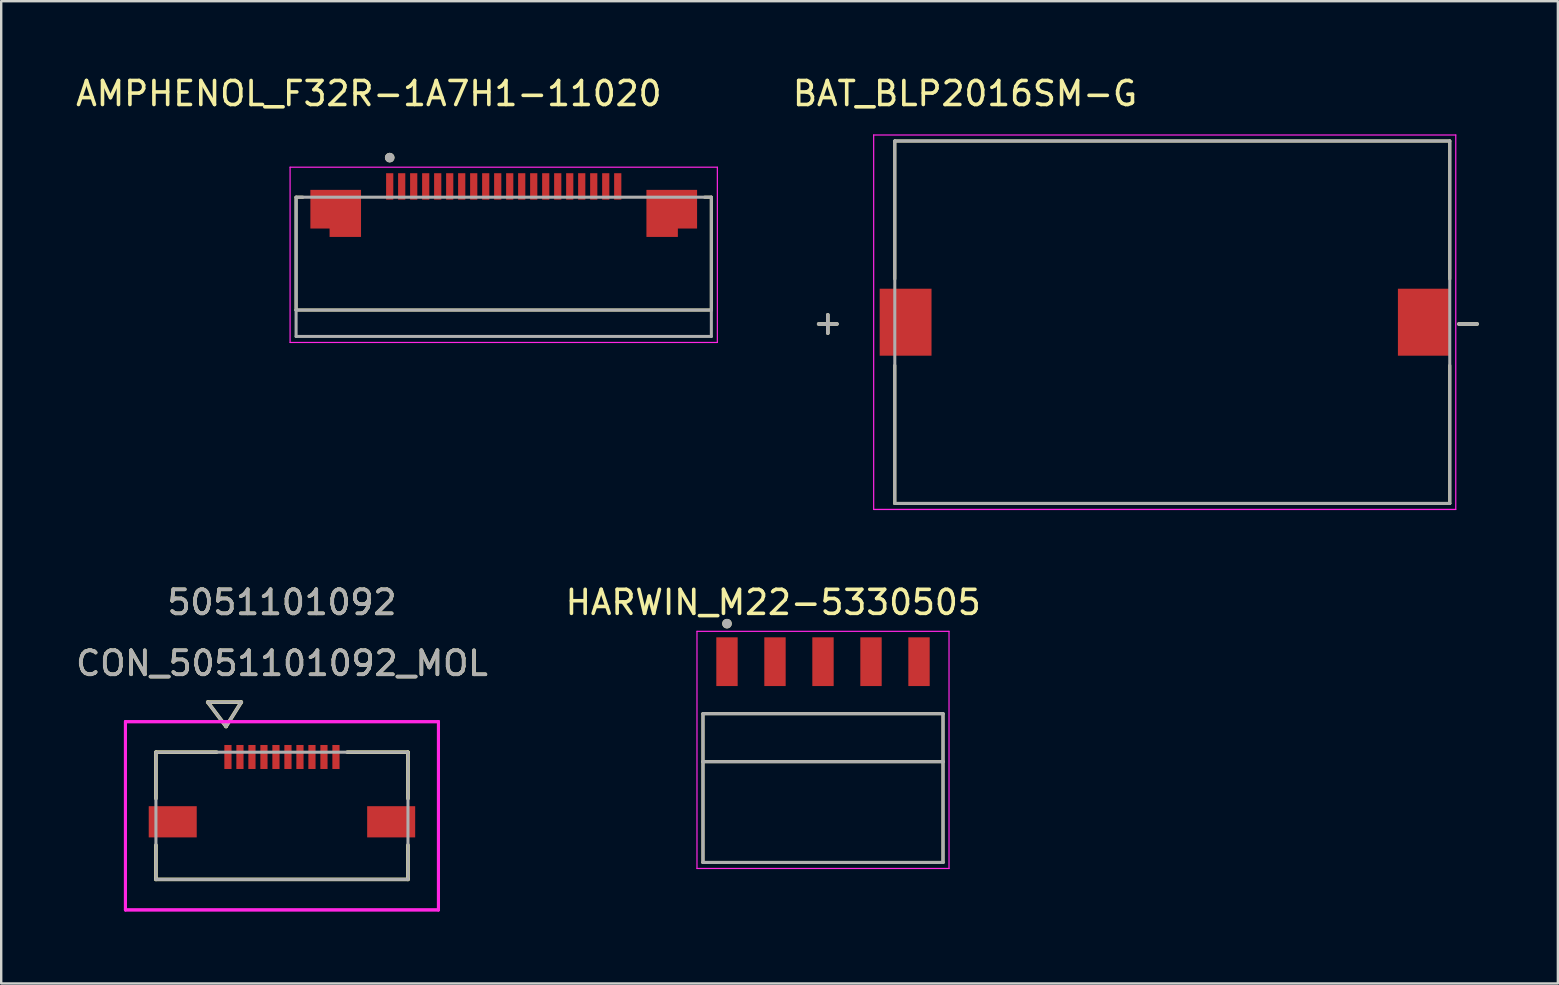
<source format=kicad_pcb>
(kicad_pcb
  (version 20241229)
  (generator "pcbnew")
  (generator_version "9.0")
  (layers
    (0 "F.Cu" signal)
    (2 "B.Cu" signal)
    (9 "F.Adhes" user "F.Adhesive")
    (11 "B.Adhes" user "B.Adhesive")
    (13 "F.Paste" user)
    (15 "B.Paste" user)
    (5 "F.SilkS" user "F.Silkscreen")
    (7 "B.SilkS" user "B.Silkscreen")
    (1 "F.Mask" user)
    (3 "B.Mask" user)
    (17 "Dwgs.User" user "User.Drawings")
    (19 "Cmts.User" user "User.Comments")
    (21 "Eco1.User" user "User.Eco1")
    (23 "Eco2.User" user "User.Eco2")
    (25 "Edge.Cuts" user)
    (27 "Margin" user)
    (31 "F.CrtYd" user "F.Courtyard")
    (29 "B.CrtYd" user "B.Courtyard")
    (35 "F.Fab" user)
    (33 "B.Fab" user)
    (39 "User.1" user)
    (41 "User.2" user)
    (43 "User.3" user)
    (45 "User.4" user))
  (footprint "BAT_BLP2016SM-G"
    (layer "F.Cu")
    (at 46.677 10.373)
    (property "Reference" "BAT_BLP2016SM-G" (at -9.525 -9.525 0) (layer "F.SilkS") (effects (font (size 1 1) (thickness 0.15))))
    (attr smd)
    (fp_line (start -12.45 -7.55) (end 10.67 -7.55) (stroke (width 0.127) (type solid)) (layer "F.SilkS"))
    (fp_line (start -12.45 -1.8) (end -12.45 -7.55) (stroke (width 0.127) (type solid)) (layer "F.SilkS"))
    (fp_line (start -12.45 7.55) (end -12.45 1.8) (stroke (width 0.127) (type solid)) (layer "F.SilkS"))
    (fp_line (start 10.67 -7.55) (end 10.67 -1.8) (stroke (width 0.127) (type solid)) (layer "F.SilkS"))
    (fp_line (start 10.67 1.8) (end 10.67 7.55) (stroke (width 0.127) (type solid)) (layer "F.SilkS"))
    (fp_line (start 10.67 7.55) (end -12.45 7.55) (stroke (width 0.127) (type solid)) (layer "F.SilkS"))
    (fp_line (start -13.33 -7.8) (end 10.92 -7.8) (stroke (width 0.05) (type solid)) (layer "F.CrtYd"))
    (fp_line (start -13.33 7.8) (end -13.33 -7.8) (stroke (width 0.05) (type solid)) (layer "F.CrtYd"))
    (fp_line (start 10.92 -7.8) (end 10.92 7.8) (stroke (width 0.05) (type solid)) (layer "F.CrtYd"))
    (fp_line (start 10.92 7.8) (end -13.33 7.8) (stroke (width 0.05) (type solid)) (layer "F.CrtYd"))
    (fp_line (start -12.45 -7.55) (end -12.45 7.55) (stroke (width 0.127) (type solid)) (layer "F.Fab"))
    (fp_line (start -12.45 7.55) (end 10.67 7.55) (stroke (width 0.127) (type solid)) (layer "F.Fab"))
    (fp_line (start 10.67 -7.55) (end -12.45 -7.55) (stroke (width 0.127) (type solid)) (layer "F.Fab"))
    (fp_line (start 10.67 7.55) (end 10.67 -7.55) (stroke (width 0.127) (type solid)) (layer "F.Fab"))
    (fp_text user "+" (at -15.24 0 0) (layer "F.SilkS") (effects (font (size 1 1) (thickness 0.15))))
    (fp_text user "-" (at 11.43 0 0) (layer "F.SilkS") (effects (font (size 1 1) (thickness 0.15))))
    (fp_text user "-" (at 11.43 0 0) (layer "F.Fab") (effects (font (size 1 1) (thickness 0.15))))
    (fp_text user "+" (at -15.24 0 0) (layer "F.Fab") (effects (font (size 1 1) (thickness 0.15))))
    (pad "1" smd rect (at -12 0) (size 2.16 2.79) (layers "F.Cu" "F.Mask" "F.Paste"))
    (pad "2" smd rect (at 9.59 0) (size 2.16 2.79) (layers "F.Cu" "F.Mask" "F.Paste")))
  (footprint "HARWIN_M22-5330505"
    (layer "F.Cu")
    (at 31.236 27.681)
    (property "Reference" "HARWIN_M22-5330505" (at -2.075 -5.635 0) (layer "F.SilkS") (effects (font (size 1 1) (thickness 0.15))))
    (attr smd)
    (fp_line (start -5 -1) (end 5 -1) (stroke (width 0.127) (type solid)) (layer "F.SilkS"))
    (fp_line (start -5 1) (end -5 -1) (stroke (width 0.127) (type solid)) (layer "F.SilkS"))
    (fp_line (start -5 5.2) (end -5 1) (stroke (width 0.127) (type solid)) (layer "F.SilkS"))
    (fp_line (start 5 -1) (end 5 1) (stroke (width 0.127) (type solid)) (layer "F.SilkS"))
    (fp_line (start 5 1) (end -5 1) (stroke (width 0.127) (type solid)) (layer "F.SilkS"))
    (fp_line (start 5 1) (end 5 5.2) (stroke (width 0.127) (type solid)) (layer "F.SilkS"))
    (fp_line (start 5 5.2) (end -5 5.2) (stroke (width 0.127) (type solid)) (layer "F.SilkS"))
    (fp_circle (center -4 -4.75) (end -3.9 -4.75) (stroke (width 0.2) (type solid)) (fill no) (layer "F.SilkS"))
    (fp_line (start -5.25 -4.43) (end 5.25 -4.43) (stroke (width 0.05) (type solid)) (layer "F.CrtYd"))
    (fp_line (start -5.25 5.45) (end -5.25 -4.43) (stroke (width 0.05) (type solid)) (layer "F.CrtYd"))
    (fp_line (start 5.25 -4.43) (end 5.25 5.45) (stroke (width 0.05) (type solid)) (layer "F.CrtYd"))
    (fp_line (start 5.25 5.45) (end -5.25 5.45) (stroke (width 0.05) (type solid)) (layer "F.CrtYd"))
    (fp_line (start -5 -1) (end 5 -1) (stroke (width 0.127) (type solid)) (layer "F.Fab"))
    (fp_line (start -5 1) (end -5 -1) (stroke (width 0.127) (type solid)) (layer "F.Fab"))
    (fp_line (start -5 5.2) (end -5 1) (stroke (width 0.127) (type solid)) (layer "F.Fab"))
    (fp_line (start 5 -1) (end 5 1) (stroke (width 0.127) (type solid)) (layer "F.Fab"))
    (fp_line (start 5 1) (end -5 1) (stroke (width 0.127) (type solid)) (layer "F.Fab"))
    (fp_line (start 5 1) (end 5 5.2) (stroke (width 0.127) (type solid)) (layer "F.Fab"))
    (fp_line (start 5 5.2) (end -5 5.2) (stroke (width 0.127) (type solid)) (layer "F.Fab"))
    (fp_circle (center -4 -4.75) (end -3.9 -4.75) (stroke (width 0.2) (type solid)) (fill no) (layer "F.Fab"))
    (pad "1" smd rect (at -4 -3.165) (size 0.89 2.03) (layers "F.Cu" "F.Mask" "F.Paste"))
    (pad "2" smd rect (at -2 -3.165) (size 0.89 2.03) (layers "F.Cu" "F.Mask" "F.Paste"))
    (pad "3" smd rect (at 0 -3.165) (size 0.89 2.03) (layers "F.Cu" "F.Mask" "F.Paste"))
    (pad "4" smd rect (at 2 -3.165) (size 0.89 2.03) (layers "F.Cu" "F.Mask" "F.Paste"))
    (pad "5" smd rect (at 4 -3.165) (size 0.89 2.03) (layers "F.Cu" "F.Mask" "F.Paste")))
  (footprint "CON_5051101092_MOL"
    (layer "F.Cu")
    (at 8.696 30.936)
    (property "Reference" "CON_5051101092_MOL" (at 0 -6.35 0) (unlocked yes) (layer "F.SilkS") (effects (font (size 1 1) (thickness 0.15))))
    (attr smd)
    (fp_line (start -5.25 -2.65) (end -5.25 -0.72) (stroke (width 0.152) (type solid)) (layer "F.SilkS"))
    (fp_line (start -5.25 1.22) (end -5.25 2.65) (stroke (width 0.152) (type solid)) (layer "F.SilkS"))
    (fp_line (start -5.25 2.65) (end 5.25 2.65) (stroke (width 0.152) (type solid)) (layer "F.SilkS"))
    (fp_line (start -3.091 -4.736) (end -2.329 -3.72) (stroke (width 0.152) (type solid)) (layer "F.SilkS"))
    (fp_line (start -3.091 -4.736) (end -1.694 -4.736) (stroke (width 0.152) (type solid)) (layer "F.SilkS"))
    (fp_line (start -2.72 -2.65) (end -5.25 -2.65) (stroke (width 0.152) (type solid)) (layer "F.SilkS"))
    (fp_line (start -1.694 -4.736) (end -2.329 -3.72) (stroke (width 0.152) (type solid)) (layer "F.SilkS"))
    (fp_line (start 5.25 -2.65) (end 2.72 -2.65) (stroke (width 0.152) (type solid)) (layer "F.SilkS"))
    (fp_line (start 5.25 -0.72) (end 5.25 -2.65) (stroke (width 0.152) (type solid)) (layer "F.SilkS"))
    (fp_line (start 5.25 2.65) (end 5.25 1.22) (stroke (width 0.152) (type solid)) (layer "F.SilkS"))
    (fp_line (start -6.52 -3.92) (end -6.52 3.92) (stroke (width 0.127) (type solid)) (layer "F.CrtYd"))
    (fp_line (start -6.52 -3.92) (end -6.52 3.92) (stroke (width 0.127) (type solid)) (layer "F.CrtYd"))
    (fp_line (start -6.52 3.92) (end 6.52 3.92) (stroke (width 0.127) (type solid)) (layer "F.CrtYd"))
    (fp_line (start -6.52 3.92) (end 6.52 3.92) (stroke (width 0.127) (type solid)) (layer "F.CrtYd"))
    (fp_line (start 6.52 -3.92) (end -6.52 -3.92) (stroke (width 0.127) (type solid)) (layer "F.CrtYd"))
    (fp_line (start 6.52 -3.92) (end -6.52 -3.92) (stroke (width 0.127) (type solid)) (layer "F.CrtYd"))
    (fp_line (start 6.52 3.92) (end 6.52 -3.92) (stroke (width 0.127) (type solid)) (layer "F.CrtYd"))
    (fp_line (start 6.52 3.92) (end 6.52 -3.92) (stroke (width 0.127) (type solid)) (layer "F.CrtYd"))
    (fp_line (start -5.25 -2.65) (end -5.25 2.65) (stroke (width 0.127) (type solid)) (layer "F.Fab"))
    (fp_line (start -5.25 2.65) (end 5.25 2.65) (stroke (width 0.127) (type solid)) (layer "F.Fab"))
    (fp_line (start -3.091 -4.736) (end -2.329 -3.72) (stroke (width 0.127) (type solid)) (layer "F.Fab"))
    (fp_line (start -3.091 -4.736) (end -1.694 -4.736) (stroke (width 0.127) (type solid)) (layer "F.Fab"))
    (fp_line (start -1.694 -4.736) (end -2.329 -3.72) (stroke (width 0.127) (type solid)) (layer "F.Fab"))
    (fp_line (start 5.25 -2.65) (end -5.25 -2.65) (stroke (width 0.127) (type solid)) (layer "F.Fab"))
    (fp_line (start 5.25 2.65) (end 5.25 -2.65) (stroke (width 0.127) (type solid)) (layer "F.Fab"))
    (fp_text user "5051101092" (at 0 -8.89 0) (unlocked yes) (layer "F.SilkS") (effects (font (size 1 1) (thickness 0.15))))
    (fp_text user "${REFERENCE}" (at 0 -6.35 0) (unlocked yes) (layer "F.Fab") (effects (font (size 1 1) (thickness 0.15))))
    (fp_text user "5051101092" (at 0 -8.89 0) (unlocked yes) (layer "F.Fab") (effects (font (size 1 1) (thickness 0.15))))
    (pad "1" smd rect (at -2.25 -2.45) (size 0.3 1) (layers "F.Cu" "F.Mask" "F.Paste"))
    (pad "2" smd rect (at -1.75 -2.45) (size 0.3 1) (layers "F.Cu" "F.Mask" "F.Paste"))
    (pad "3" smd rect (at -1.25 -2.45) (size 0.3 1) (layers "F.Cu" "F.Mask" "F.Paste"))
    (pad "4" smd rect (at -0.75 -2.45) (size 0.3 1) (layers "F.Cu" "F.Mask" "F.Paste"))
    (pad "5" smd rect (at -0.25 -2.45) (size 0.3 1) (layers "F.Cu" "F.Mask" "F.Paste"))
    (pad "6" smd rect (at 0.25 -2.45) (size 0.3 1) (layers "F.Cu" "F.Mask" "F.Paste"))
    (pad "7" smd rect (at 0.75 -2.45) (size 0.3 1) (layers "F.Cu" "F.Mask" "F.Paste"))
    (pad "8" smd rect (at 1.25 -2.45) (size 0.3 1) (layers "F.Cu" "F.Mask" "F.Paste"))
    (pad "9" smd rect (at 1.75 -2.45) (size 0.3 1) (layers "F.Cu" "F.Mask" "F.Paste"))
    (pad "10" smd rect (at 2.25 -2.45) (size 0.3 1) (layers "F.Cu" "F.Mask" "F.Paste"))
    (pad "P1" smd rect (at -4.55 0.25) (size 2 1.3) (layers "F.Cu" "F.Mask" "F.Paste"))
    (pad "P2" smd rect (at 4.55 0.25) (size 2 1.3) (layers "F.Cu" "F.Mask" "F.Paste")))
  (footprint "AMPHENOL_F32R-1A7H1-11020"
    (layer "F.Cu")
    (at 17.935 7.516)
    (property "Reference" "AMPHENOL_F32R-1A7H1-11020" (at -5.62 -6.668 0) (layer "F.SilkS") (effects (font (size 1 1) (thickness 0.15))))
    (attr smd)
    (fp_poly (pts (xy -8.15 -0.95) (xy -7.35 -0.95) (xy -7.35 -0.6) (xy -5.85 -0.6) (xy -5.85 -2.75) (xy -8.15 -2.75)) (stroke (width 0.01) (type solid)) (fill yes) (layer "F.Mask"))
    (fp_poly (pts (xy 5.85 -0.6) (xy 7.35 -0.6) (xy 7.35 -0.95) (xy 8.15 -0.95) (xy 8.15 -2.75) (xy 5.85 -2.75)) (stroke (width 0.01) (type solid)) (fill yes) (layer "F.Mask"))
    (fp_line (start -8.65 -2.35) (end -8.65 2.35) (stroke (width 0.127) (type solid)) (layer "F.SilkS"))
    (fp_line (start -8.65 2.35) (end 8.65 2.35) (stroke (width 0.127) (type solid)) (layer "F.SilkS"))
    (fp_line (start -8.37 -2.35) (end -8.65 -2.35) (stroke (width 0.127) (type solid)) (layer "F.SilkS"))
    (fp_line (start 8.65 -2.35) (end 8.37 -2.35) (stroke (width 0.127) (type solid)) (layer "F.SilkS"))
    (fp_line (start 8.65 2.35) (end 8.65 -2.35) (stroke (width 0.127) (type solid)) (layer "F.SilkS"))
    (fp_circle (center -4.75 -4) (end -4.65 -4) (stroke (width 0.2) (type solid)) (fill no) (layer "F.SilkS"))
    (fp_poly (pts (xy -8.05 -1.05) (xy -7.25 -1.05) (xy -7.25 -0.7) (xy -5.95 -0.7) (xy -5.95 -2.65) (xy -8.05 -2.65)) (stroke (width 0.01) (type solid)) (fill yes) (layer "F.Paste"))
    (fp_poly (pts (xy 7.25 -0.7) (xy 5.95 -0.7) (xy 5.95 -2.65) (xy 8.05 -2.65) (xy 8.05 -1.05) (xy 7.25 -1.05)) (stroke (width 0.01) (type solid)) (fill yes) (layer "F.Paste"))
    (fp_line (start -8.9 -3.6) (end -8.9 3.7) (stroke (width 0.05) (type solid)) (layer "F.CrtYd"))
    (fp_line (start -8.9 3.7) (end 8.9 3.7) (stroke (width 0.05) (type solid)) (layer "F.CrtYd"))
    (fp_line (start 8.9 -3.6) (end -8.9 -3.6) (stroke (width 0.05) (type solid)) (layer "F.CrtYd"))
    (fp_line (start 8.9 3.7) (end 8.9 -3.6) (stroke (width 0.05) (type solid)) (layer "F.CrtYd"))
    (fp_line (start -8.65 -2.35) (end -8.65 2.35) (stroke (width 0.127) (type solid)) (layer "F.Fab"))
    (fp_line (start -8.65 2.35) (end -8.65 3.45) (stroke (width 0.127) (type solid)) (layer "F.Fab"))
    (fp_line (start -8.65 2.35) (end 8.65 2.35) (stroke (width 0.127) (type solid)) (layer "F.Fab"))
    (fp_line (start -8.65 3.45) (end 8.65 3.45) (stroke (width 0.127) (type solid)) (layer "F.Fab"))
    (fp_line (start 8.65 -2.35) (end -8.65 -2.35) (stroke (width 0.127) (type solid)) (layer "F.Fab"))
    (fp_line (start 8.65 2.35) (end 8.65 -2.35) (stroke (width 0.127) (type solid)) (layer "F.Fab"))
    (fp_line (start 8.65 3.45) (end 8.65 2.35) (stroke (width 0.127) (type solid)) (layer "F.Fab"))
    (fp_circle (center -4.75 -4) (end -4.65 -4) (stroke (width 0.2) (type solid)) (fill no) (layer "F.Fab"))
    (pad "1" smd rect (at -4.75 -2.8) (size 0.3 1.1) (layers "F.Cu" "F.Mask" "F.Paste"))
    (pad "2" smd rect (at -4.25 -2.8) (size 0.3 1.1) (layers "F.Cu" "F.Mask" "F.Paste"))
    (pad "3" smd rect (at -3.75 -2.8) (size 0.3 1.1) (layers "F.Cu" "F.Mask" "F.Paste"))
    (pad "4" smd rect (at -3.25 -2.8) (size 0.3 1.1) (layers "F.Cu" "F.Mask" "F.Paste"))
    (pad "5" smd rect (at -2.75 -2.8) (size 0.3 1.1) (layers "F.Cu" "F.Mask" "F.Paste"))
    (pad "6" smd rect (at -2.25 -2.8) (size 0.3 1.1) (layers "F.Cu" "F.Mask" "F.Paste"))
    (pad "7" smd rect (at -1.75 -2.8) (size 0.3 1.1) (layers "F.Cu" "F.Mask" "F.Paste"))
    (pad "8" smd rect (at -1.25 -2.8) (size 0.3 1.1) (layers "F.Cu" "F.Mask" "F.Paste"))
    (pad "9" smd rect (at -0.75 -2.8) (size 0.3 1.1) (layers "F.Cu" "F.Mask" "F.Paste"))
    (pad "10" smd rect (at -0.25 -2.8) (size 0.3 1.1) (layers "F.Cu" "F.Mask" "F.Paste"))
    (pad "11" smd rect (at 0.25 -2.8) (size 0.3 1.1) (layers "F.Cu" "F.Mask" "F.Paste"))
    (pad "12" smd rect (at 0.75 -2.8) (size 0.3 1.1) (layers "F.Cu" "F.Mask" "F.Paste"))
    (pad "13" smd rect (at 1.25 -2.8) (size 0.3 1.1) (layers "F.Cu" "F.Mask" "F.Paste"))
    (pad "14" smd rect (at 1.75 -2.8) (size 0.3 1.1) (layers "F.Cu" "F.Mask" "F.Paste"))
    (pad "15" smd rect (at 2.25 -2.8) (size 0.3 1.1) (layers "F.Cu" "F.Mask" "F.Paste"))
    (pad "16" smd rect (at 2.75 -2.8) (size 0.3 1.1) (layers "F.Cu" "F.Mask" "F.Paste"))
    (pad "17" smd rect (at 3.25 -2.8) (size 0.3 1.1) (layers "F.Cu" "F.Mask" "F.Paste"))
    (pad "18" smd rect (at 3.75 -2.8) (size 0.3 1.1) (layers "F.Cu" "F.Mask" "F.Paste"))
    (pad "19" smd rect (at 4.25 -2.8) (size 0.3 1.1) (layers "F.Cu" "F.Mask" "F.Paste"))
    (pad "20" smd rect (at 4.75 -2.8) (size 0.3 1.1) (layers "F.Cu" "F.Mask" "F.Paste"))
    (pad "SH1" smd custom (at -7 -1.85) (size 0.5 0.5) (layers "F.Cu") (options (anchor rect)) (primitives (gr_poly (pts (xy -1.05 -0.8) (xy 1.05 -0.8) (xy 1.05 1.15) (xy -0.25 1.15) (xy -0.25 0.8) (xy -1.05 0.8)) (width 0.01) (fill yes))))
    (pad "SH2" smd custom (at 7 -1.85) (size 0.5 0.5) (layers "F.Cu") (options (anchor rect)) (primitives (gr_poly (pts (xy -1.05 -0.8) (xy -1.05 1.15) (xy 0.25 1.15) (xy 0.25 0.8) (xy 1.05 0.8) (xy 1.05 -0.8)) (width 0.01) (fill yes)))))
  (gr_rect
    (start -3 -3)
    (end 61.851 37.92)
    (stroke (width 0.1) (type default))
    (fill no)
    (layer "Edge.Cuts")))
</source>
